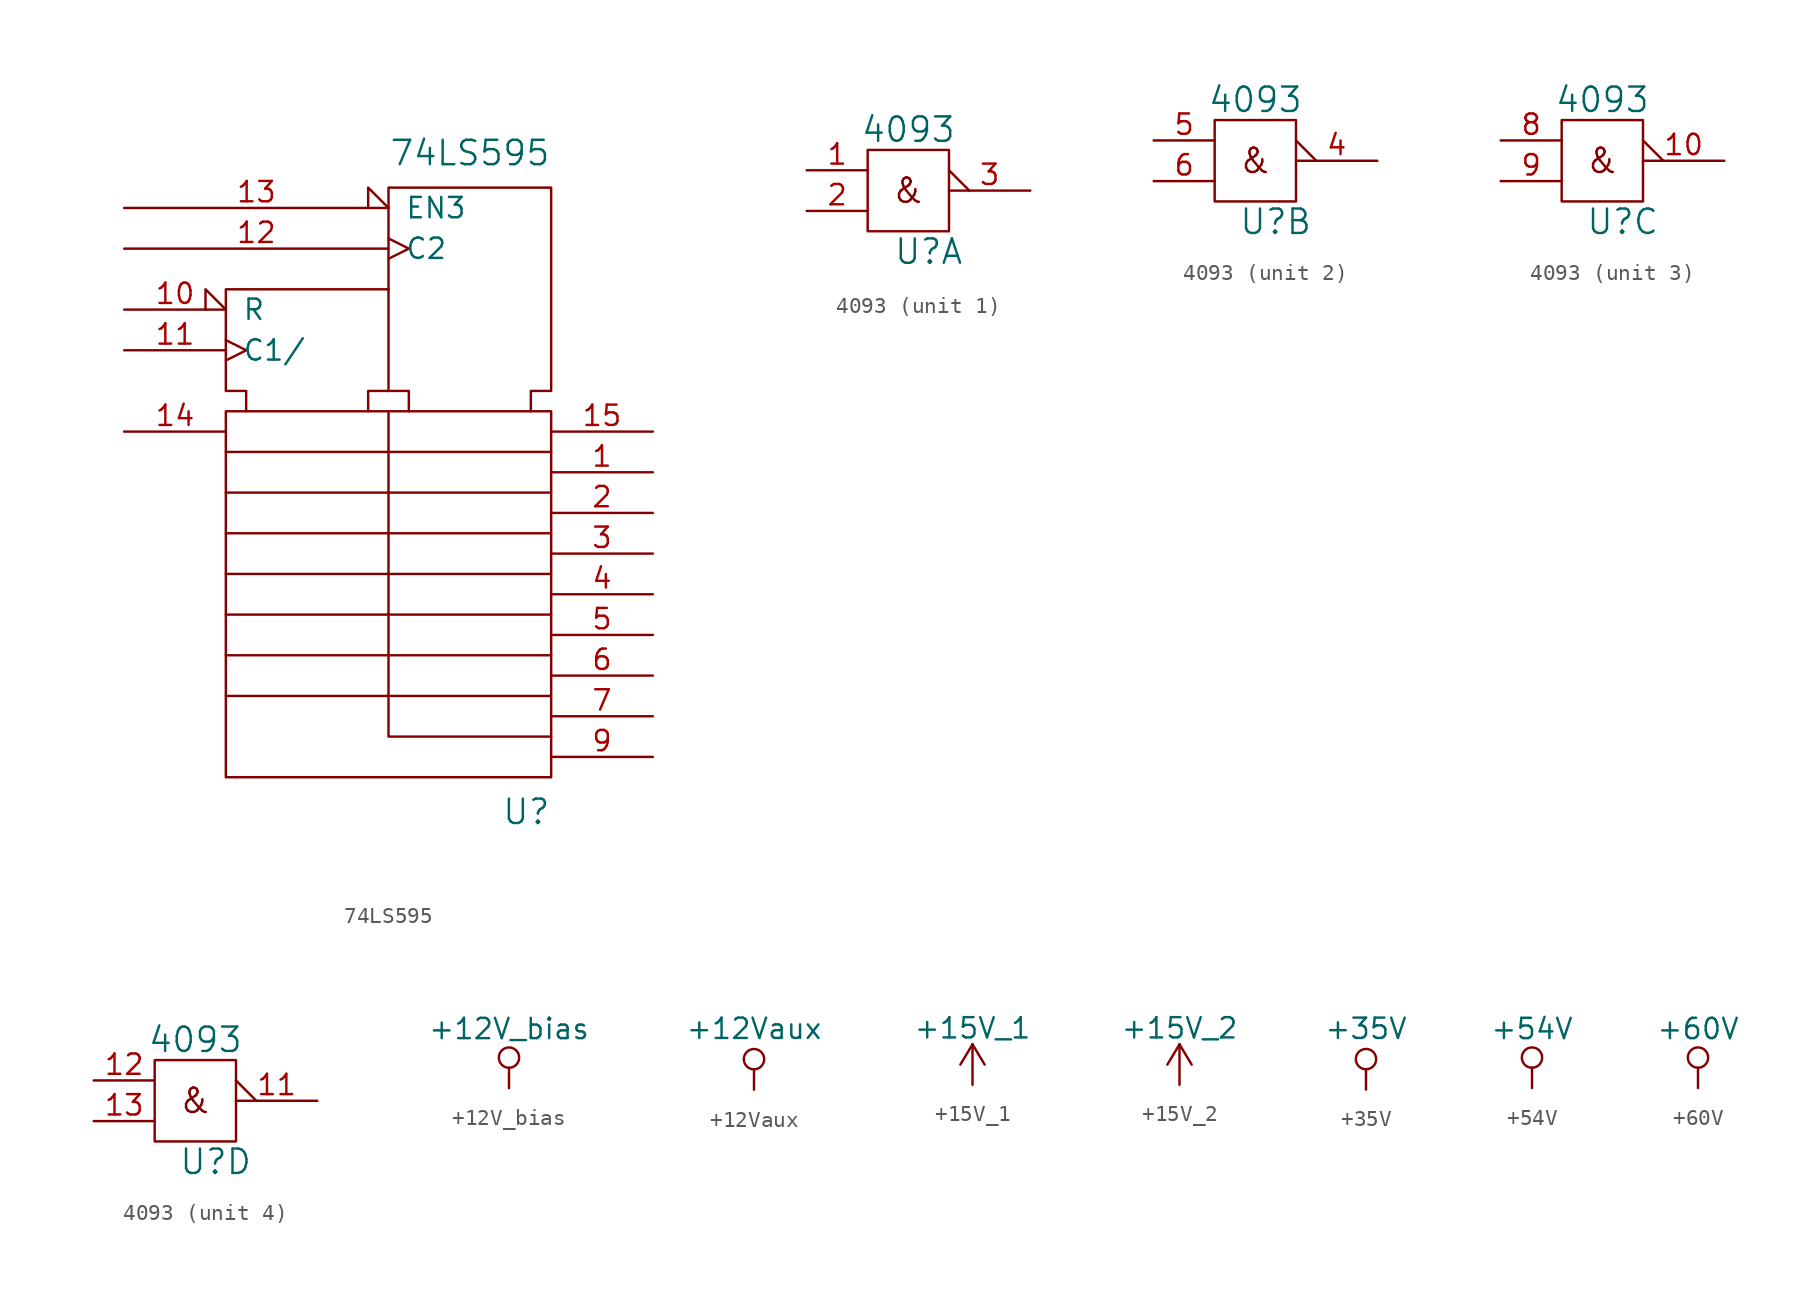
<source format=kicad_sym>
(kicad_symbol_lib
  (version 20211014)
  (generator kicad_symbol_editor)
  (symbol "74LS595"
    (pin_names
      (offset 1.016))
    (property "Reference" "U"
      (at 16.51 -22.86 0)
      (effects (font (size 1.524 1.524)) (justify right top)))
    (property "Value" "74LS595"
      (at 16.51 16.51 0)
      (effects (font (size 1.524 1.524)) (justify right bottom)))
    (property "Footprint" ""
      (at 0 0 0)
      (effects (font (size 1.524 1.524))))
    (property "Datasheet" ""
      (at 0 0 0)
      (effects (font (size 1.524 1.524))))
    (symbol "74LS595_0_0"
      (rectangle (start -3.81 1.27) (end 16.51 -21.59) (stroke (width 0) (type default) (color 0 0 0 0)) (fill (type none)))
      (polyline (pts (xy -3.81 -16.51) (xy 16.51 -16.51)) (stroke (width 0) (type default) (color 0 0 0 0)) (fill (type none)))
      (polyline (pts (xy -3.81 -13.97) (xy 16.51 -13.97)) (stroke (width 0) (type default) (color 0 0 0 0)) (fill (type none)))
      (polyline (pts (xy -3.81 -11.43) (xy 16.51 -11.43)) (stroke (width 0) (type default) (color 0 0 0 0)) (fill (type none)))
      (polyline (pts (xy -3.81 -8.89) (xy 16.51 -8.89)) (stroke (width 0) (type default) (color 0 0 0 0)) (fill (type none)))
      (polyline (pts (xy -3.81 -6.35) (xy 16.51 -6.35)) (stroke (width 0) (type default) (color 0 0 0 0)) (fill (type none)))
      (polyline (pts (xy -3.81 -3.81) (xy 16.51 -3.81)) (stroke (width 0) (type default) (color 0 0 0 0)) (fill (type none)))
      (polyline (pts (xy -3.81 -1.27) (xy 16.51 -1.27)) (stroke (width 0) (type default) (color 0 0 0 0)) (fill (type none)))
      (polyline (pts (xy 6.35 2.54) (xy 6.35 8.89)) (stroke (width 0) (type default) (color 0 0 0 0)) (fill (type none)))
      (polyline (pts (xy 6.35 1.27) (xy 6.35 -19.05) (xy 16.51 -19.05)) (stroke (width 0) (type default) (color 0 0 0 0)) (fill (type none)))
      (polyline (pts (xy 5.08 1.27) (xy 5.08 2.54) (xy 7.62 2.54) (xy 7.62 1.27)) (stroke (width 0) (type default) (color 0 0 0 0)) (fill (type none)))
      (polyline (pts (xy 6.35 8.89) (xy -3.81 8.89) (xy -3.81 2.54) (xy -2.54 2.54) (xy -2.54 1.27)) (stroke (width 0) (type default) (color 0 0 0 0)) (fill (type none))))
    (symbol "74LS595_0_1"
      (polyline (pts (xy 6.35 8.89) (xy 6.35 15.24) (xy 16.51 15.24) (xy 16.51 2.54) (xy 15.24 2.54) (xy 15.24 1.27)) (stroke (width 0) (type default) (color 0 0 0 0)) (fill (type none))))
    (symbol "74LS595_1_1"
      (pin output line (at 22.86 -2.54 180) (length 6.35) (name "~" (effects (font (size 1.27 1.27)))) (number "1" (effects (font (size 1.27 1.27)))))
      (pin input input_low (at -10.16 7.62 0) (length 6.35) (name "R" (effects (font (size 1.27 1.27)))) (number "10" (effects (font (size 1.27 1.27)))))
      (pin input clock (at -10.16 5.08 0) (length 6.35) (name "C1/" (effects (font (size 1.27 1.27)))) (number "11" (effects (font (size 1.27 1.27)))))
      (pin input clock (at -10.16 11.43 0) (length 16.51) (name "C2" (effects (font (size 1.27 1.27)))) (number "12" (effects (font (size 1.27 1.27)))))
      (pin input input_low (at -10.16 13.97 0) (length 16.51) (name "EN3" (effects (font (size 1.27 1.27)))) (number "13" (effects (font (size 1.27 1.27)))))
      (pin input line (at -10.16 0 0) (length 6.35) (name "~" (effects (font (size 1.27 1.27)))) (number "14" (effects (font (size 1.27 1.27)))))
      (pin output line (at 22.86 0 180) (length 6.35) (name "~" (effects (font (size 1.27 1.27)))) (number "15" (effects (font (size 1.27 1.27)))))
      (pin power_in line (at -10.16 -6.35 0) (length 0) hide (name "VCC" (effects (font (size 1.27 1.27)))) (number "16" (effects (font (size 1.27 1.27)))))
      (pin output line (at 22.86 -5.08 180) (length 6.35) (name "~" (effects (font (size 1.27 1.27)))) (number "2" (effects (font (size 1.27 1.27)))))
      (pin output line (at 22.86 -7.62 180) (length 6.35) (name "~" (effects (font (size 1.27 1.27)))) (number "3" (effects (font (size 1.27 1.27)))))
      (pin output line (at 22.86 -10.16 180) (length 6.35) (name "~" (effects (font (size 1.27 1.27)))) (number "4" (effects (font (size 1.27 1.27)))))
      (pin output line (at 22.86 -12.7 180) (length 6.35) (name "~" (effects (font (size 1.27 1.27)))) (number "5" (effects (font (size 1.27 1.27)))))
      (pin output line (at 22.86 -15.24 180) (length 6.35) (name "~" (effects (font (size 1.27 1.27)))) (number "6" (effects (font (size 1.27 1.27)))))
      (pin output line (at 22.86 -17.78 180) (length 6.35) (name "~" (effects (font (size 1.27 1.27)))) (number "7" (effects (font (size 1.27 1.27)))))
      (pin power_in line (at -10.16 -8.89 0) (length 0) hide (name "GND" (effects (font (size 1.27 1.27)))) (number "8" (effects (font (size 1.27 1.27)))))
      (pin output line (at 22.86 -20.32 180) (length 6.35) (name "~" (effects (font (size 1.27 1.27)))) (number "9" (effects (font (size 1.27 1.27)))))))
  (symbol "4093"
    (pin_names
      (offset 1.016) hide)
    (property "Reference" "U"
      (at 1.27 -3.81 0)
      (effects (font (size 1.524 1.524))))
    (property "Value" "4093"
      (at 0 3.81 0)
      (effects (font (size 1.524 1.524))))
    (property "Footprint" ""
      (at 0 0 0)
      (effects (font (size 1.524 1.524))))
    (property "Datasheet" ""
      (at 0 0 0)
      (effects (font (size 1.524 1.524))))
    (symbol "4093_0_0"
      (text "&" (at 0 0 0) (effects (font (size 1.524 1.524)))))
    (symbol "4093_0_1"
      (rectangle (start -2.54 2.54) (end 2.54 -2.54) (stroke (width 0) (type default) (color 0 0 0 0)) (fill (type none))))
    (symbol "4093_1_1"
      (pin input line (at -6.35 1.27 0) (length 3.81) (name "I7" (effects (font (size 1.27 1.27)))) (number "1" (effects (font (size 1.27 1.27)))))
      (pin power_in line (at -2.54 6.35 180) (length 0) hide (name "VDD" (effects (font (size 1.27 1.27)))) (number "14" (effects (font (size 1.27 1.27)))))
      (pin input line (at -6.35 -1.27 0) (length 3.81) (name "I8" (effects (font (size 1.27 1.27)))) (number "2" (effects (font (size 1.27 1.27)))))
      (pin input output_low (at 7.62 0 180) (length 5.08) (name "O4" (effects (font (size 1.27 1.27)))) (number "3" (effects (font (size 1.27 1.27)))))
      (pin power_in line (at 2.54 6.35 180) (length 0) hide (name "VSS" (effects (font (size 1.27 1.27)))) (number "7" (effects (font (size 1.27 1.27))))))
    (symbol "4093_2_1"
      (pin input output_low (at 7.62 0 180) (length 5.08) (name "O4" (effects (font (size 1.27 1.27)))) (number "4" (effects (font (size 1.27 1.27)))))
      (pin input line (at -6.35 1.27 0) (length 3.81) (name "I7" (effects (font (size 1.27 1.27)))) (number "5" (effects (font (size 1.27 1.27)))))
      (pin input line (at -6.35 -1.27 0) (length 3.81) (name "I8" (effects (font (size 1.27 1.27)))) (number "6" (effects (font (size 1.27 1.27))))))
    (symbol "4093_3_1"
      (pin input output_low (at 7.62 0 180) (length 5.08) (name "O4" (effects (font (size 1.27 1.27)))) (number "10" (effects (font (size 1.27 1.27)))))
      (pin input line (at -6.35 1.27 0) (length 3.81) (name "I7" (effects (font (size 1.27 1.27)))) (number "8" (effects (font (size 1.27 1.27)))))
      (pin input line (at -6.35 -1.27 0) (length 3.81) (name "I8" (effects (font (size 1.27 1.27)))) (number "9" (effects (font (size 1.27 1.27))))))
    (symbol "4093_4_1"
      (pin input output_low (at 7.62 0 180) (length 5.08) (name "O4" (effects (font (size 1.27 1.27)))) (number "11" (effects (font (size 1.27 1.27)))))
      (pin input line (at -6.35 1.27 0) (length 3.81) (name "I7" (effects (font (size 1.27 1.27)))) (number "12" (effects (font (size 1.27 1.27)))))
      (pin input line (at -6.35 -1.27 0) (length 3.81) (name "I8" (effects (font (size 1.27 1.27)))) (number "13" (effects (font (size 1.27 1.27)))))))
  (symbol "+12V_bias"
    (power)
    (pin_numbers hide)
    (pin_names
      (offset 0))
    (property "Reference" "#PWR"
      (at 0 -1.27 0)
      (effects (font (size 0.508 0.508)) hide))
    (property "Value" "+12V_bias"
      (at 0 4.445 0)
      (effects (font (size 1.27 1.27)) (justify top)))
    (property "Footprint" ""
      (at 0 0 0)
      (effects (font (size 1.524 1.524))))
    (property "Datasheet" ""
      (at 0 0 0)
      (effects (font (size 1.524 1.524))))
    (symbol "+12V_bias_0_0"
      (pin power_in line (at 0 0 90) (length 0) hide (name "+12V_bias" (effects (font (size 0.762 0.762)))) (number "1" (effects (font (size 0.508 0.508))))))
    (symbol "+12V_bias_0_1"
      (polyline (pts (xy 0 0) (xy 0 1.27)) (stroke (width 0) (type default) (color 0 0 0 0)) (fill (type none)))
      (circle (center 0 1.905) (radius 0.635) (stroke (width 0) (type default) (color 0 0 0 0)) (fill (type none)))))
  (symbol "+12Vaux"
    (power)
    (pin_numbers hide)
    (pin_names
      (offset 0))
    (property "Reference" "#PWR"
      (at 0 -1.27 0)
      (effects (font (size 0.508 0.508)) hide))
    (property "Value" "+12Vaux"
      (at 0 3.81 0)
      (effects (font (size 1.27 1.27))))
    (property "Footprint" ""
      (at 0 0 0)
      (effects (font (size 1.524 1.524))))
    (property "Datasheet" ""
      (at 0 0 0)
      (effects (font (size 1.524 1.524))))
    (symbol "+12Vaux_0_0"
      (pin power_in line (at 0 0 90) (length 0) hide (name "+12Vaux" (effects (font (size 0.762 0.762)))) (number "1" (effects (font (size 0.508 0.508))))))
    (symbol "+12Vaux_0_1"
      (polyline (pts (xy 0 0) (xy 0 1.27)) (stroke (width 0) (type default) (color 0 0 0 0)) (fill (type none)))
      (circle (center 0 1.905) (radius 0.635) (stroke (width 0) (type default) (color 0 0 0 0)) (fill (type none)))))
  (symbol "+15V_1"
    (power)
    (pin_names
      (offset 0))
    (property "Reference" "#PWR"
      (at 0 -3.81 0)
      (effects (font (size 1.27 1.27)) hide))
    (property "Value" "+15V_1"
      (at 0 3.556 0)
      (effects (font (size 1.27 1.27))))
    (symbol "+15V_1_0_1"
      (polyline (pts (xy -0.762 1.27) (xy 0 2.54)) (stroke (width 0) (type default) (color 0 0 0 0)) (fill (type none)))
      (polyline (pts (xy 0 0) (xy 0 2.54)) (stroke (width 0) (type default) (color 0 0 0 0)) (fill (type none)))
      (polyline (pts (xy 0 2.54) (xy 0.762 1.27)) (stroke (width 0) (type default) (color 0 0 0 0)) (fill (type none))))
    (symbol "+15V_1_1_1"
      (pin power_in line (at 0 0 90) (length 0) hide (name "+15V_1" (effects (font (size 1.27 1.27)))) (number "1" (effects (font (size 1.27 1.27)))))))
  (symbol "+15V_2"
    (power)
    (pin_names
      (offset 0))
    (property "Reference" "#PWR"
      (at 0 -3.81 0)
      (effects (font (size 1.27 1.27)) hide))
    (property "Value" "+15V_2"
      (at 0 3.556 0)
      (effects (font (size 1.27 1.27))))
    (symbol "+15V_2_0_1"
      (polyline (pts (xy -0.762 1.27) (xy 0 2.54)) (stroke (width 0) (type default) (color 0 0 0 0)) (fill (type none)))
      (polyline (pts (xy 0 0) (xy 0 2.54)) (stroke (width 0) (type default) (color 0 0 0 0)) (fill (type none)))
      (polyline (pts (xy 0 2.54) (xy 0.762 1.27)) (stroke (width 0) (type default) (color 0 0 0 0)) (fill (type none))))
    (symbol "+15V_2_1_1"
      (pin power_in line (at 0 0 90) (length 0) hide (name "+15V_2" (effects (font (size 1.27 1.27)))) (number "1" (effects (font (size 1.27 1.27)))))))
  (symbol "+35V"
    (power)
    (pin_numbers hide)
    (pin_names
      (offset 0))
    (property "Reference" "#PWR"
      (at 0 -1.27 0)
      (effects (font (size 0.508 0.508)) hide))
    (property "Value" "+35V"
      (at 0 3.81 0)
      (effects (font (size 1.27 1.27))))
    (property "Footprint" ""
      (at 0 0 0)
      (effects (font (size 1.524 1.524))))
    (property "Datasheet" ""
      (at 0 0 0)
      (effects (font (size 1.524 1.524))))
    (symbol "+35V_0_0"
      (pin power_in line (at 0 0 90) (length 0) hide (name "+35V" (effects (font (size 0.762 0.762)))) (number "1" (effects (font (size 0.508 0.508))))))
    (symbol "+35V_0_1"
      (polyline (pts (xy 0 0) (xy 0 1.27)) (stroke (width 0) (type default) (color 0 0 0 0)) (fill (type none)))
      (circle (center 0 1.905) (radius 0.635) (stroke (width 0) (type default) (color 0 0 0 0)) (fill (type none)))))
  (symbol "+54V"
    (power)
    (pin_numbers hide)
    (pin_names
      (offset 0))
    (property "Reference" "#PWR"
      (at 0 -1.27 0)
      (effects (font (size 0.508 0.508)) hide))
    (property "Value" "+54V"
      (at 0 4.445 0)
      (effects (font (size 1.27 1.27)) (justify top)))
    (property "Footprint" ""
      (at 0 0 0)
      (effects (font (size 1.524 1.524))))
    (property "Datasheet" ""
      (at 0 0 0)
      (effects (font (size 1.524 1.524))))
    (symbol "+54V_0_0"
      (pin power_in line (at 0 0 90) (length 0) hide (name "+54V" (effects (font (size 0.762 0.762)))) (number "1" (effects (font (size 0.508 0.508))))))
    (symbol "+54V_0_1"
      (polyline (pts (xy 0 0) (xy 0 1.27)) (stroke (width 0) (type default) (color 0 0 0 0)) (fill (type none)))
      (circle (center 0 1.905) (radius 0.635) (stroke (width 0) (type default) (color 0 0 0 0)) (fill (type none)))))
  (symbol "+60V"
    (power)
    (pin_numbers hide)
    (pin_names
      (offset 0))
    (property "Reference" "#PWR"
      (at 0 -1.27 0)
      (effects (font (size 0.508 0.508)) hide))
    (property "Value" "+60V"
      (at 0 4.445 0)
      (effects (font (size 1.27 1.27)) (justify top)))
    (property "Footprint" ""
      (at 0 0 0)
      (effects (font (size 1.524 1.524))))
    (property "Datasheet" ""
      (at 0 0 0)
      (effects (font (size 1.524 1.524))))
    (symbol "+60V_0_0"
      (pin power_in line (at 0 0 90) (length 0) hide (name "+60V" (effects (font (size 0.762 0.762)))) (number "1" (effects (font (size 0.508 0.508))))))
    (symbol "+60V_0_1"
      (polyline (pts (xy 0 0) (xy 0 1.27)) (stroke (width 0) (type default) (color 0 0 0 0)) (fill (type none)))
      (circle (center 0 1.905) (radius 0.635) (stroke (width 0) (type default) (color 0 0 0 0)) (fill (type none))))))
</source>
